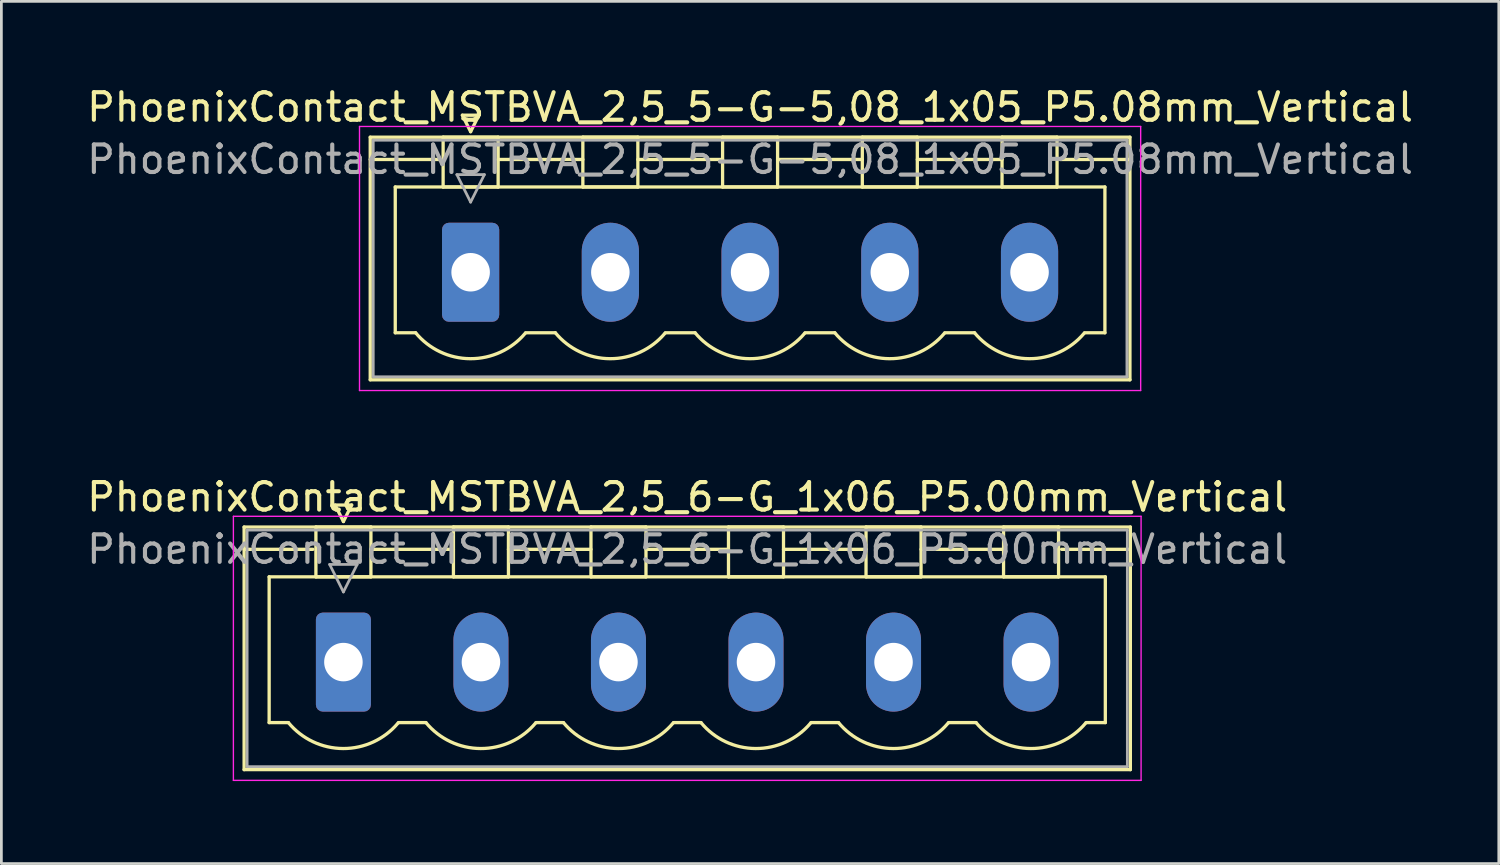
<source format=kicad_pcb>
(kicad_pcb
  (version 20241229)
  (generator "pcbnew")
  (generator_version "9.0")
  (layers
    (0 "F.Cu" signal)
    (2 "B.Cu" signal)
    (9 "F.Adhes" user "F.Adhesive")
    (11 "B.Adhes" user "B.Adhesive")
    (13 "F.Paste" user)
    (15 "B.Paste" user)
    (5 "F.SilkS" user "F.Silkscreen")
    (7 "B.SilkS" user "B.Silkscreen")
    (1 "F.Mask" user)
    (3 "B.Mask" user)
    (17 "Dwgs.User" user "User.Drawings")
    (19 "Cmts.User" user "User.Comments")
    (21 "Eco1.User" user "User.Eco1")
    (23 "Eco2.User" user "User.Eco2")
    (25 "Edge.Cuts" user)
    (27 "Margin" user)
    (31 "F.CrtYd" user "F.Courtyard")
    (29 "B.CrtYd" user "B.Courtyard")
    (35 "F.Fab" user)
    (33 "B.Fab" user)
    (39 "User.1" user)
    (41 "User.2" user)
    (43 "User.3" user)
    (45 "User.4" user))
  (footprint "PhoenixContact_MSTBVA_2,5_6-G_1x06_P5.00mm_Vertical"
    (layer "F.Cu")
    (at 9.435 21.021)
    (property "Reference" "PhoenixContact_MSTBVA_2,5_6-G_1x06_P5.00mm_Vertical" (at 12.5 -6 0) (layer "F.SilkS") (effects (font (size 1 1) (thickness 0.15))))
    (attr through_hole)
    (fp_line (start -3.61 -4.91) (end -3.61 3.91) (stroke (width 0.12) (type solid)) (layer "F.SilkS"))
    (fp_line (start -3.61 -4.1) (end -1.11 -4.1) (stroke (width 0.12) (type solid)) (layer "F.SilkS"))
    (fp_line (start -3.61 3.91) (end 28.61 3.91) (stroke (width 0.12) (type solid)) (layer "F.SilkS"))
    (fp_line (start -2.7 -3.1) (end 27.7 -3.1) (stroke (width 0.12) (type solid)) (layer "F.SilkS"))
    (fp_line (start -2.7 2.2) (end -2.7 -3.1) (stroke (width 0.12) (type solid)) (layer "F.SilkS"))
    (fp_line (start -2 2.2) (end -2.7 2.2) (stroke (width 0.12) (type solid)) (layer "F.SilkS"))
    (fp_line (start -1 -4.91) (end 1 -4.91) (stroke (width 0.12) (type solid)) (layer "F.SilkS"))
    (fp_line (start -1 -3.1) (end -1 -4.91) (stroke (width 0.12) (type solid)) (layer "F.SilkS"))
    (fp_line (start -0.3 -5.71) (end 0.3 -5.71) (stroke (width 0.12) (type solid)) (layer "F.SilkS"))
    (fp_line (start 0 -5.11) (end -0.3 -5.71) (stroke (width 0.12) (type solid)) (layer "F.SilkS"))
    (fp_line (start 0.3 -5.71) (end 0 -5.11) (stroke (width 0.12) (type solid)) (layer "F.SilkS"))
    (fp_line (start 1 -4.91) (end 1 -3.1) (stroke (width 0.12) (type solid)) (layer "F.SilkS"))
    (fp_line (start 1 -4.1) (end 4 -4.1) (stroke (width 0.12) (type solid)) (layer "F.SilkS"))
    (fp_line (start 1 -3.1) (end -1 -3.1) (stroke (width 0.12) (type solid)) (layer "F.SilkS"))
    (fp_line (start 2 2.2) (end 3 2.2) (stroke (width 0.12) (type solid)) (layer "F.SilkS"))
    (fp_line (start 4 -4.91) (end 6 -4.91) (stroke (width 0.12) (type solid)) (layer "F.SilkS"))
    (fp_line (start 4 -3.1) (end 4 -4.91) (stroke (width 0.12) (type solid)) (layer "F.SilkS"))
    (fp_line (start 6 -4.91) (end 6 -3.1) (stroke (width 0.12) (type solid)) (layer "F.SilkS"))
    (fp_line (start 6 -4.1) (end 9 -4.1) (stroke (width 0.12) (type solid)) (layer "F.SilkS"))
    (fp_line (start 6 -3.1) (end 4 -3.1) (stroke (width 0.12) (type solid)) (layer "F.SilkS"))
    (fp_line (start 7 2.2) (end 8 2.2) (stroke (width 0.12) (type solid)) (layer "F.SilkS"))
    (fp_line (start 9 -4.91) (end 11 -4.91) (stroke (width 0.12) (type solid)) (layer "F.SilkS"))
    (fp_line (start 9 -3.1) (end 9 -4.91) (stroke (width 0.12) (type solid)) (layer "F.SilkS"))
    (fp_line (start 11 -4.91) (end 11 -3.1) (stroke (width 0.12) (type solid)) (layer "F.SilkS"))
    (fp_line (start 11 -4.1) (end 14 -4.1) (stroke (width 0.12) (type solid)) (layer "F.SilkS"))
    (fp_line (start 11 -3.1) (end 9 -3.1) (stroke (width 0.12) (type solid)) (layer "F.SilkS"))
    (fp_line (start 12 2.2) (end 13 2.2) (stroke (width 0.12) (type solid)) (layer "F.SilkS"))
    (fp_line (start 14 -4.91) (end 16 -4.91) (stroke (width 0.12) (type solid)) (layer "F.SilkS"))
    (fp_line (start 14 -3.1) (end 14 -4.91) (stroke (width 0.12) (type solid)) (layer "F.SilkS"))
    (fp_line (start 16 -4.91) (end 16 -3.1) (stroke (width 0.12) (type solid)) (layer "F.SilkS"))
    (fp_line (start 16 -4.1) (end 19 -4.1) (stroke (width 0.12) (type solid)) (layer "F.SilkS"))
    (fp_line (start 16 -3.1) (end 14 -3.1) (stroke (width 0.12) (type solid)) (layer "F.SilkS"))
    (fp_line (start 17 2.2) (end 18 2.2) (stroke (width 0.12) (type solid)) (layer "F.SilkS"))
    (fp_line (start 19 -4.91) (end 21 -4.91) (stroke (width 0.12) (type solid)) (layer "F.SilkS"))
    (fp_line (start 19 -3.1) (end 19 -4.91) (stroke (width 0.12) (type solid)) (layer "F.SilkS"))
    (fp_line (start 21 -4.91) (end 21 -3.1) (stroke (width 0.12) (type solid)) (layer "F.SilkS"))
    (fp_line (start 21 -4.1) (end 24 -4.1) (stroke (width 0.12) (type solid)) (layer "F.SilkS"))
    (fp_line (start 21 -3.1) (end 19 -3.1) (stroke (width 0.12) (type solid)) (layer "F.SilkS"))
    (fp_line (start 22 2.2) (end 23 2.2) (stroke (width 0.12) (type solid)) (layer "F.SilkS"))
    (fp_line (start 24 -4.91) (end 26 -4.91) (stroke (width 0.12) (type solid)) (layer "F.SilkS"))
    (fp_line (start 24 -3.1) (end 24 -4.91) (stroke (width 0.12) (type solid)) (layer "F.SilkS"))
    (fp_line (start 26 -4.91) (end 26 -3.1) (stroke (width 0.12) (type solid)) (layer "F.SilkS"))
    (fp_line (start 26 -3.1) (end 24 -3.1) (stroke (width 0.12) (type solid)) (layer "F.SilkS"))
    (fp_line (start 27.7 -3.1) (end 27.7 2.2) (stroke (width 0.12) (type solid)) (layer "F.SilkS"))
    (fp_line (start 27.7 2.2) (end 27 2.2) (stroke (width 0.12) (type solid)) (layer "F.SilkS"))
    (fp_line (start 28.61 -4.91) (end -3.61 -4.91) (stroke (width 0.12) (type solid)) (layer "F.SilkS"))
    (fp_line (start 28.61 -4.1) (end 26.11 -4.1) (stroke (width 0.12) (type solid)) (layer "F.SilkS"))
    (fp_line (start 28.61 3.91) (end 28.61 -4.91) (stroke (width 0.12) (type solid)) (layer "F.SilkS"))
    (fp_arc (start 1.986842 2.215821) (mid -0.010289 3.142758) (end -2 2.2) (stroke (width 0.12) (type solid)) (layer "F.SilkS"))
    (fp_arc (start 6.986842 2.215821) (mid 4.989711 3.142758) (end 3 2.2) (stroke (width 0.12) (type solid)) (layer "F.SilkS"))
    (fp_arc (start 11.986842 2.215821) (mid 9.989711 3.142758) (end 8 2.2) (stroke (width 0.12) (type solid)) (layer "F.SilkS"))
    (fp_arc (start 16.986842 2.215821) (mid 14.989711 3.142758) (end 13 2.2) (stroke (width 0.12) (type solid)) (layer "F.SilkS"))
    (fp_arc (start 21.986842 2.215821) (mid 19.989711 3.142758) (end 18 2.2) (stroke (width 0.12) (type solid)) (layer "F.SilkS"))
    (fp_arc (start 26.986842 2.215821) (mid 24.989711 3.142758) (end 23 2.2) (stroke (width 0.12) (type solid)) (layer "F.SilkS"))
    (fp_line (start -4 -5.3) (end -4 4.3) (stroke (width 0.05) (type solid)) (layer "F.CrtYd"))
    (fp_line (start -4 4.3) (end 29 4.3) (stroke (width 0.05) (type solid)) (layer "F.CrtYd"))
    (fp_line (start 29 -5.3) (end -4 -5.3) (stroke (width 0.05) (type solid)) (layer "F.CrtYd"))
    (fp_line (start 29 4.3) (end 29 -5.3) (stroke (width 0.05) (type solid)) (layer "F.CrtYd"))
    (fp_line (start -3.5 -4.8) (end -3.5 3.8) (stroke (width 0.1) (type solid)) (layer "F.Fab"))
    (fp_line (start -3.5 3.8) (end 28.5 3.8) (stroke (width 0.1) (type solid)) (layer "F.Fab"))
    (fp_line (start -0.5 -3.55) (end 0.5 -3.55) (stroke (width 0.1) (type solid)) (layer "F.Fab"))
    (fp_line (start 0 -2.55) (end -0.5 -3.55) (stroke (width 0.1) (type solid)) (layer "F.Fab"))
    (fp_line (start 0.5 -3.55) (end 0 -2.55) (stroke (width 0.1) (type solid)) (layer "F.Fab"))
    (fp_line (start 28.5 -4.8) (end -3.5 -4.8) (stroke (width 0.1) (type solid)) (layer "F.Fab"))
    (fp_line (start 28.5 3.8) (end 28.5 -4.8) (stroke (width 0.1) (type solid)) (layer "F.Fab"))
    (fp_text user "${REFERENCE}" (at 12.5 -4.1 0) (layer "F.Fab") (effects (font (size 1 1) (thickness 0.15))))
    (pad "1" thru_hole roundrect (at 0 0) (size 2 3.6) (drill 1.4) (layers "*.Cu" "*.Mask") (roundrect_rratio 0.125))
    (pad "2" thru_hole oval (at 5 0) (size 2 3.6) (drill 1.4) (layers "*.Cu" "*.Mask"))
    (pad "3" thru_hole oval (at 10 0) (size 2 3.6) (drill 1.4) (layers "*.Cu" "*.Mask"))
    (pad "4" thru_hole oval (at 15 0) (size 2 3.6) (drill 1.4) (layers "*.Cu" "*.Mask"))
    (pad "5" thru_hole oval (at 20 0) (size 2 3.6) (drill 1.4) (layers "*.Cu" "*.Mask"))
    (pad "6" thru_hole oval (at 25 0) (size 2 3.6) (drill 1.4) (layers "*.Cu" "*.Mask")))
  (footprint "PhoenixContact_MSTBVA_2,5_5-G-5,08_1x05_P5.08mm_Vertical"
    (layer "F.Cu")
    (at 14.06 6.848)
    (property "Reference" "PhoenixContact_MSTBVA_2,5_5-G-5,08_1x05_P5.08mm_Vertical" (at 10.16 -6 0) (layer "F.SilkS") (effects (font (size 1 1) (thickness 0.15))))
    (attr through_hole)
    (fp_line (start -3.65 -4.91) (end -3.65 3.91) (stroke (width 0.12) (type solid)) (layer "F.SilkS"))
    (fp_line (start -3.65 -4.1) (end -1.11 -4.1) (stroke (width 0.12) (type solid)) (layer "F.SilkS"))
    (fp_line (start -3.65 3.91) (end 23.97 3.91) (stroke (width 0.12) (type solid)) (layer "F.SilkS"))
    (fp_line (start -2.74 -3.1) (end 23.06 -3.1) (stroke (width 0.12) (type solid)) (layer "F.SilkS"))
    (fp_line (start -2.74 2.2) (end -2.74 -3.1) (stroke (width 0.12) (type solid)) (layer "F.SilkS"))
    (fp_line (start -2 2.2) (end -2.74 2.2) (stroke (width 0.12) (type solid)) (layer "F.SilkS"))
    (fp_line (start -1 -4.91) (end 1 -4.91) (stroke (width 0.12) (type solid)) (layer "F.SilkS"))
    (fp_line (start -1 -3.1) (end -1 -4.91) (stroke (width 0.12) (type solid)) (layer "F.SilkS"))
    (fp_line (start -0.3 -5.71) (end 0.3 -5.71) (stroke (width 0.12) (type solid)) (layer "F.SilkS"))
    (fp_line (start 0 -5.11) (end -0.3 -5.71) (stroke (width 0.12) (type solid)) (layer "F.SilkS"))
    (fp_line (start 0.3 -5.71) (end 0 -5.11) (stroke (width 0.12) (type solid)) (layer "F.SilkS"))
    (fp_line (start 1 -4.91) (end 1 -3.1) (stroke (width 0.12) (type solid)) (layer "F.SilkS"))
    (fp_line (start 1 -4.1) (end 4.08 -4.1) (stroke (width 0.12) (type solid)) (layer "F.SilkS"))
    (fp_line (start 1 -3.1) (end -1 -3.1) (stroke (width 0.12) (type solid)) (layer "F.SilkS"))
    (fp_line (start 2 2.2) (end 3.08 2.2) (stroke (width 0.12) (type solid)) (layer "F.SilkS"))
    (fp_line (start 4.08 -4.91) (end 6.08 -4.91) (stroke (width 0.12) (type solid)) (layer "F.SilkS"))
    (fp_line (start 4.08 -3.1) (end 4.08 -4.91) (stroke (width 0.12) (type solid)) (layer "F.SilkS"))
    (fp_line (start 6.08 -4.91) (end 6.08 -3.1) (stroke (width 0.12) (type solid)) (layer "F.SilkS"))
    (fp_line (start 6.08 -4.1) (end 9.16 -4.1) (stroke (width 0.12) (type solid)) (layer "F.SilkS"))
    (fp_line (start 6.08 -3.1) (end 4.08 -3.1) (stroke (width 0.12) (type solid)) (layer "F.SilkS"))
    (fp_line (start 7.08 2.2) (end 8.16 2.2) (stroke (width 0.12) (type solid)) (layer "F.SilkS"))
    (fp_line (start 9.16 -4.91) (end 11.16 -4.91) (stroke (width 0.12) (type solid)) (layer "F.SilkS"))
    (fp_line (start 9.16 -3.1) (end 9.16 -4.91) (stroke (width 0.12) (type solid)) (layer "F.SilkS"))
    (fp_line (start 11.16 -4.91) (end 11.16 -3.1) (stroke (width 0.12) (type solid)) (layer "F.SilkS"))
    (fp_line (start 11.16 -4.1) (end 14.24 -4.1) (stroke (width 0.12) (type solid)) (layer "F.SilkS"))
    (fp_line (start 11.16 -3.1) (end 9.16 -3.1) (stroke (width 0.12) (type solid)) (layer "F.SilkS"))
    (fp_line (start 12.16 2.2) (end 13.24 2.2) (stroke (width 0.12) (type solid)) (layer "F.SilkS"))
    (fp_line (start 14.24 -4.91) (end 16.24 -4.91) (stroke (width 0.12) (type solid)) (layer "F.SilkS"))
    (fp_line (start 14.24 -3.1) (end 14.24 -4.91) (stroke (width 0.12) (type solid)) (layer "F.SilkS"))
    (fp_line (start 16.24 -4.91) (end 16.24 -3.1) (stroke (width 0.12) (type solid)) (layer "F.SilkS"))
    (fp_line (start 16.24 -4.1) (end 19.32 -4.1) (stroke (width 0.12) (type solid)) (layer "F.SilkS"))
    (fp_line (start 16.24 -3.1) (end 14.24 -3.1) (stroke (width 0.12) (type solid)) (layer "F.SilkS"))
    (fp_line (start 17.24 2.2) (end 18.32 2.2) (stroke (width 0.12) (type solid)) (layer "F.SilkS"))
    (fp_line (start 19.32 -4.91) (end 21.32 -4.91) (stroke (width 0.12) (type solid)) (layer "F.SilkS"))
    (fp_line (start 19.32 -3.1) (end 19.32 -4.91) (stroke (width 0.12) (type solid)) (layer "F.SilkS"))
    (fp_line (start 21.32 -4.91) (end 21.32 -3.1) (stroke (width 0.12) (type solid)) (layer "F.SilkS"))
    (fp_line (start 21.32 -3.1) (end 19.32 -3.1) (stroke (width 0.12) (type solid)) (layer "F.SilkS"))
    (fp_line (start 23.06 -3.1) (end 23.06 2.2) (stroke (width 0.12) (type solid)) (layer "F.SilkS"))
    (fp_line (start 23.06 2.2) (end 22.32 2.2) (stroke (width 0.12) (type solid)) (layer "F.SilkS"))
    (fp_line (start 23.97 -4.91) (end -3.65 -4.91) (stroke (width 0.12) (type solid)) (layer "F.SilkS"))
    (fp_line (start 23.97 -4.1) (end 21.43 -4.1) (stroke (width 0.12) (type solid)) (layer "F.SilkS"))
    (fp_line (start 23.97 3.91) (end 23.97 -4.91) (stroke (width 0.12) (type solid)) (layer "F.SilkS"))
    (fp_arc (start 1.986842 2.215821) (mid -0.010289 3.142758) (end -2 2.2) (stroke (width 0.12) (type solid)) (layer "F.SilkS"))
    (fp_arc (start 7.066842 2.215821) (mid 5.069711 3.142758) (end 3.08 2.2) (stroke (width 0.12) (type solid)) (layer "F.SilkS"))
    (fp_arc (start 12.146842 2.215821) (mid 10.149711 3.142758) (end 8.16 2.2) (stroke (width 0.12) (type solid)) (layer "F.SilkS"))
    (fp_arc (start 17.226842 2.215821) (mid 15.229711 3.142758) (end 13.24 2.2) (stroke (width 0.12) (type solid)) (layer "F.SilkS"))
    (fp_arc (start 22.306842 2.215821) (mid 20.309711 3.142758) (end 18.32 2.2) (stroke (width 0.12) (type solid)) (layer "F.SilkS"))
    (fp_line (start -4.04 -5.3) (end -4.04 4.3) (stroke (width 0.05) (type solid)) (layer "F.CrtYd"))
    (fp_line (start -4.04 4.3) (end 24.36 4.3) (stroke (width 0.05) (type solid)) (layer "F.CrtYd"))
    (fp_line (start 24.36 -5.3) (end -4.04 -5.3) (stroke (width 0.05) (type solid)) (layer "F.CrtYd"))
    (fp_line (start 24.36 4.3) (end 24.36 -5.3) (stroke (width 0.05) (type solid)) (layer "F.CrtYd"))
    (fp_line (start -3.54 -4.8) (end -3.54 3.8) (stroke (width 0.1) (type solid)) (layer "F.Fab"))
    (fp_line (start -3.54 3.8) (end 23.86 3.8) (stroke (width 0.1) (type solid)) (layer "F.Fab"))
    (fp_line (start -0.5 -3.55) (end 0.5 -3.55) (stroke (width 0.1) (type solid)) (layer "F.Fab"))
    (fp_line (start 0 -2.55) (end -0.5 -3.55) (stroke (width 0.1) (type solid)) (layer "F.Fab"))
    (fp_line (start 0.5 -3.55) (end 0 -2.55) (stroke (width 0.1) (type solid)) (layer "F.Fab"))
    (fp_line (start 23.86 -4.8) (end -3.54 -4.8) (stroke (width 0.1) (type solid)) (layer "F.Fab"))
    (fp_line (start 23.86 3.8) (end 23.86 -4.8) (stroke (width 0.1) (type solid)) (layer "F.Fab"))
    (fp_text user "${REFERENCE}" (at 10.16 -4.1 0) (layer "F.Fab") (effects (font (size 1 1) (thickness 0.15))))
    (pad "1" thru_hole roundrect (at 0 0) (size 2.08 3.6) (drill 1.4) (layers "*.Cu" "*.Mask") (roundrect_rratio 0.12))
    (pad "2" thru_hole oval (at 5.08 0) (size 2.08 3.6) (drill 1.4) (layers "*.Cu" "*.Mask"))
    (pad "3" thru_hole oval (at 10.16 0) (size 2.08 3.6) (drill 1.4) (layers "*.Cu" "*.Mask"))
    (pad "4" thru_hole oval (at 15.24 0) (size 2.08 3.6) (drill 1.4) (layers "*.Cu" "*.Mask"))
    (pad "5" thru_hole oval (at 20.32 0) (size 2.08 3.6) (drill 1.4) (layers "*.Cu" "*.Mask")))
  (gr_rect
    (start -3 -3)
    (end 51.44 28.346)
    (stroke (width 0.1) (type default))
    (fill no)
    (layer "Edge.Cuts")))
</source>
